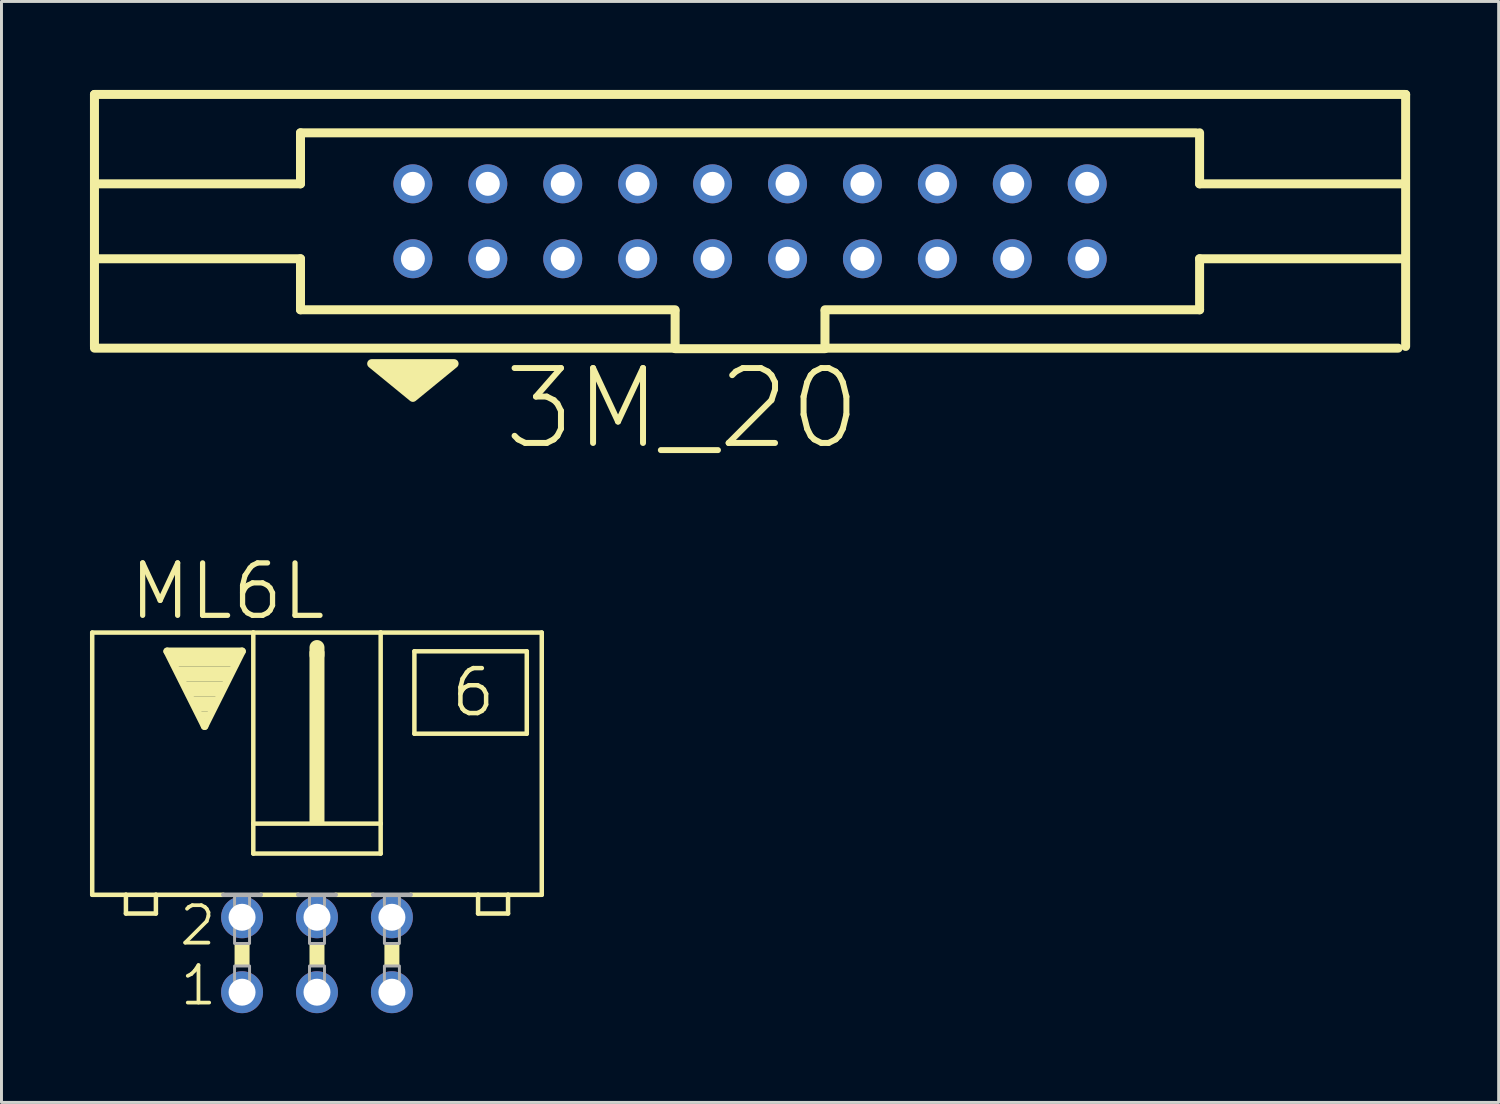
<source format=kicad_pcb>
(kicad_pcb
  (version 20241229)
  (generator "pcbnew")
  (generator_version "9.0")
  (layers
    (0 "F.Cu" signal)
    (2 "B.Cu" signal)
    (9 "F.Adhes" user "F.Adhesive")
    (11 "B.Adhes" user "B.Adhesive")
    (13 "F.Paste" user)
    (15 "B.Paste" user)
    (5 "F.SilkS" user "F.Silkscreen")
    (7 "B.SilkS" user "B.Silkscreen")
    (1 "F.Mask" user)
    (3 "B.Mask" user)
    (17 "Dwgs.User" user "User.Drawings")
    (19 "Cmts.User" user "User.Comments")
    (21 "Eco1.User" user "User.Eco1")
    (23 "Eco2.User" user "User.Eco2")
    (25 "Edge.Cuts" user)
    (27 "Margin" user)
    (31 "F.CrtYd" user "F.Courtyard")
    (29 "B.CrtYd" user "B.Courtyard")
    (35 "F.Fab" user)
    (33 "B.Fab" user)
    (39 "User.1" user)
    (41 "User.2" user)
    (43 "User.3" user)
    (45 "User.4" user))
  (footprint "3M_20"
    (layer "F.Cu")
    (at 22.377 4.452)
    (property "Reference" "3M_20" (at -2.298 6.35 0) (layer "F.SilkS") (effects (font (size 2.54 2.54) (thickness 0.203))))
    (attr through_hole)
    (fp_line (start -22.225 -4.3) (end -22.225 4.242) (stroke (width 0.305) (type solid)) (layer "F.SilkS"))
    (fp_line (start -22.225 4.3) (end -2.54 4.3) (stroke (width 0.305) (type solid)) (layer "F.SilkS"))
    (fp_line (start -15.24 -1.27) (end -22.098 -1.27) (stroke (width 0.305) (type solid)) (layer "F.SilkS"))
    (fp_line (start -15.24 -1.27) (end -15.24 -3) (stroke (width 0.305) (type solid)) (layer "F.SilkS"))
    (fp_line (start -15.24 1.27) (end -22.098 1.27) (stroke (width 0.305) (type solid)) (layer "F.SilkS"))
    (fp_line (start -15.24 3) (end -15.24 1.27) (stroke (width 0.305) (type solid)) (layer "F.SilkS"))
    (fp_line (start -2.54 3) (end -15.24 3) (stroke (width 0.305) (type solid)) (layer "F.SilkS"))
    (fp_line (start -2.54 4.3) (end -2.54 3.048) (stroke (width 0.305) (type solid)) (layer "F.SilkS"))
    (fp_line (start -2.54 4.318) (end 2.54 4.318) (stroke (width 0.305) (type solid)) (layer "F.SilkS"))
    (fp_line (start 2.54 3.048) (end 2.54 4.3) (stroke (width 0.305) (type solid)) (layer "F.SilkS"))
    (fp_line (start 2.54 4.3) (end 21.971 4.3) (stroke (width 0.305) (type solid)) (layer "F.SilkS"))
    (fp_line (start 15.113 -3) (end -15.24 -3) (stroke (width 0.305) (type solid)) (layer "F.SilkS"))
    (fp_line (start 15.24 -1.27) (end 15.24 -3) (stroke (width 0.305) (type solid)) (layer "F.SilkS"))
    (fp_line (start 15.24 -1.27) (end 22.098 -1.27) (stroke (width 0.305) (type solid)) (layer "F.SilkS"))
    (fp_line (start 15.24 1.27) (end 22.098 1.27) (stroke (width 0.305) (type solid)) (layer "F.SilkS"))
    (fp_line (start 15.24 3) (end 2.54 3) (stroke (width 0.305) (type solid)) (layer "F.SilkS"))
    (fp_line (start 15.24 3) (end 15.24 1.27) (stroke (width 0.305) (type solid)) (layer "F.SilkS"))
    (fp_line (start 22.225 -4.3) (end -22.225 -4.3) (stroke (width 0.305) (type solid)) (layer "F.SilkS"))
    (fp_line (start 22.225 4.242) (end 22.225 -4.3) (stroke (width 0.305) (type solid)) (layer "F.SilkS"))
    (fp_poly (pts (xy -12.827 4.826) (xy -10.033 4.826) (xy -11.43 5.969)) (stroke (width 0.305) (type solid)) (fill yes) (layer "F.SilkS"))
    (pad "1" thru_hole circle (at -11.43 1.27) (size 1.321 1.321) (drill 0.813) (layers "*.Cu" "*.Mask"))
    (pad "2" thru_hole circle (at -11.43 -1.27) (size 1.321 1.321) (drill 0.813) (layers "*.Cu" "*.Mask"))
    (pad "3" thru_hole circle (at -8.89 1.27) (size 1.321 1.321) (drill 0.813) (layers "*.Cu" "*.Mask"))
    (pad "4" thru_hole circle (at -8.89 -1.27) (size 1.321 1.321) (drill 0.813) (layers "*.Cu" "*.Mask"))
    (pad "5" thru_hole circle (at -6.35 1.27) (size 1.321 1.321) (drill 0.813) (layers "*.Cu" "*.Mask"))
    (pad "6" thru_hole circle (at -6.35 -1.27) (size 1.321 1.321) (drill 0.813) (layers "*.Cu" "*.Mask"))
    (pad "7" thru_hole circle (at -3.81 1.27) (size 1.321 1.321) (drill 0.813) (layers "*.Cu" "*.Mask"))
    (pad "8" thru_hole circle (at -3.81 -1.27) (size 1.321 1.321) (drill 0.813) (layers "*.Cu" "*.Mask"))
    (pad "9" thru_hole circle (at -1.27 1.27) (size 1.321 1.321) (drill 0.813) (layers "*.Cu" "*.Mask"))
    (pad "10" thru_hole circle (at -1.27 -1.27) (size 1.321 1.321) (drill 0.813) (layers "*.Cu" "*.Mask"))
    (pad "11" thru_hole circle (at 1.27 1.27) (size 1.321 1.321) (drill 0.813) (layers "*.Cu" "*.Mask"))
    (pad "12" thru_hole circle (at 1.27 -1.27) (size 1.321 1.321) (drill 0.813) (layers "*.Cu" "*.Mask"))
    (pad "13" thru_hole circle (at 3.81 1.27) (size 1.321 1.321) (drill 0.813) (layers "*.Cu" "*.Mask"))
    (pad "14" thru_hole circle (at 3.81 -1.27) (size 1.321 1.321) (drill 0.813) (layers "*.Cu" "*.Mask"))
    (pad "15" thru_hole circle (at 6.35 1.27) (size 1.321 1.321) (drill 0.813) (layers "*.Cu" "*.Mask"))
    (pad "16" thru_hole circle (at 6.35 -1.27) (size 1.321 1.321) (drill 0.813) (layers "*.Cu" "*.Mask"))
    (pad "17" thru_hole circle (at 8.89 1.27) (size 1.321 1.321) (drill 0.813) (layers "*.Cu" "*.Mask"))
    (pad "18" thru_hole circle (at 8.89 -1.27) (size 1.321 1.321) (drill 0.813) (layers "*.Cu" "*.Mask"))
    (pad "19" thru_hole circle (at 11.43 1.27) (size 1.321 1.321) (drill 0.813) (layers "*.Cu" "*.Mask"))
    (pad "20" thru_hole circle (at 11.43 -1.27) (size 1.321 1.321) (drill 0.813) (layers "*.Cu" "*.Mask")))
  (footprint "ML6L"
    (layer "F.Cu")
    (at 7.696 29.316)
    (property "Reference" "ML6L" (at -3.031 -12.319 0) (layer "F.SilkS") (effects (font (size 1.778 1.778) (thickness 0.178))))
    (attr through_hole)
    (fp_line (start -7.62 -10.922) (end -7.62 -2.032) (stroke (width 0.152) (type solid)) (layer "F.SilkS"))
    (fp_line (start -7.62 -2.032) (end -6.477 -2.032) (stroke (width 0.152) (type solid)) (layer "F.SilkS"))
    (fp_line (start -6.477 -2.032) (end -6.477 -1.397) (stroke (width 0.152) (type solid)) (layer "F.SilkS"))
    (fp_line (start -6.477 -2.032) (end -5.461 -2.032) (stroke (width 0.152) (type solid)) (layer "F.SilkS"))
    (fp_line (start -5.461 -2.032) (end -5.461 -1.397) (stroke (width 0.152) (type solid)) (layer "F.SilkS"))
    (fp_line (start -5.461 -2.032) (end -3.175 -2.032) (stroke (width 0.152) (type solid)) (layer "F.SilkS"))
    (fp_line (start -5.461 -1.397) (end -6.477 -1.397) (stroke (width 0.152) (type solid)) (layer "F.SilkS"))
    (fp_line (start -5.08 -10.287) (end -2.54 -10.287) (stroke (width 0.254) (type solid)) (layer "F.SilkS"))
    (fp_line (start -3.81 -7.747) (end -5.08 -10.287) (stroke (width 0.254) (type solid)) (layer "F.SilkS"))
    (fp_line (start -2.54 -10.287) (end -3.81 -7.747) (stroke (width 0.254) (type solid)) (layer "F.SilkS"))
    (fp_line (start -2.159 -10.922) (end -7.62 -10.922) (stroke (width 0.152) (type solid)) (layer "F.SilkS"))
    (fp_line (start -2.159 -10.922) (end -2.159 -4.445) (stroke (width 0.152) (type solid)) (layer "F.SilkS"))
    (fp_line (start -2.159 -10.922) (end 2.159 -10.922) (stroke (width 0.152) (type solid)) (layer "F.SilkS"))
    (fp_line (start -2.159 -4.445) (end -2.159 -3.429) (stroke (width 0.152) (type solid)) (layer "F.SilkS"))
    (fp_line (start -1.905 -2.032) (end -0.635 -2.032) (stroke (width 0.152) (type solid)) (layer "F.SilkS"))
    (fp_line (start 0 -10.16) (end 0 -10.414) (stroke (width 0.508) (type solid)) (layer "F.SilkS"))
    (fp_line (start 0.635 -2.032) (end 1.905 -2.032) (stroke (width 0.152) (type solid)) (layer "F.SilkS"))
    (fp_line (start 2.159 -10.922) (end 2.159 -4.445) (stroke (width 0.152) (type solid)) (layer "F.SilkS"))
    (fp_line (start 2.159 -10.922) (end 7.62 -10.922) (stroke (width 0.152) (type solid)) (layer "F.SilkS"))
    (fp_line (start 2.159 -4.445) (end -2.159 -4.445) (stroke (width 0.152) (type solid)) (layer "F.SilkS"))
    (fp_line (start 2.159 -4.445) (end 2.159 -3.429) (stroke (width 0.152) (type solid)) (layer "F.SilkS"))
    (fp_line (start 2.159 -3.429) (end -2.159 -3.429) (stroke (width 0.152) (type solid)) (layer "F.SilkS"))
    (fp_line (start 3.302 -10.287) (end 3.302 -7.493) (stroke (width 0.152) (type solid)) (layer "F.SilkS"))
    (fp_line (start 3.302 -7.493) (end 7.112 -7.493) (stroke (width 0.152) (type solid)) (layer "F.SilkS"))
    (fp_line (start 5.461 -2.032) (end 3.175 -2.032) (stroke (width 0.152) (type solid)) (layer "F.SilkS"))
    (fp_line (start 5.461 -2.032) (end 5.461 -1.397) (stroke (width 0.152) (type solid)) (layer "F.SilkS"))
    (fp_line (start 5.461 -1.397) (end 6.477 -1.397) (stroke (width 0.152) (type solid)) (layer "F.SilkS"))
    (fp_line (start 6.477 -2.032) (end 5.461 -2.032) (stroke (width 0.152) (type solid)) (layer "F.SilkS"))
    (fp_line (start 6.477 -2.032) (end 6.477 -1.397) (stroke (width 0.152) (type solid)) (layer "F.SilkS"))
    (fp_line (start 7.112 -10.287) (end 3.302 -10.287) (stroke (width 0.152) (type solid)) (layer "F.SilkS"))
    (fp_line (start 7.112 -10.287) (end 7.112 -7.493) (stroke (width 0.152) (type solid)) (layer "F.SilkS"))
    (fp_line (start 7.62 -10.922) (end 7.62 -2.032) (stroke (width 0.152) (type solid)) (layer "F.SilkS"))
    (fp_line (start 7.62 -2.032) (end 6.477 -2.032) (stroke (width 0.152) (type solid)) (layer "F.SilkS"))
    (fp_poly (pts (xy -4.953 -10.287) (xy -2.667 -10.287) (xy -2.667 -9.779) (xy -4.953 -9.779)) (stroke (width 0) (type solid)) (fill yes) (layer "F.SilkS"))
    (fp_poly (pts (xy -4.699 -9.779) (xy -2.921 -9.779) (xy -2.921 -9.271) (xy -4.699 -9.271)) (stroke (width 0) (type solid)) (fill yes) (layer "F.SilkS"))
    (fp_poly (pts (xy -4.445 -9.271) (xy -3.175 -9.271) (xy -3.175 -8.763) (xy -4.445 -8.763)) (stroke (width 0) (type solid)) (fill yes) (layer "F.SilkS"))
    (fp_poly (pts (xy -4.191 -8.763) (xy -3.429 -8.763) (xy -3.429 -8.255) (xy -4.191 -8.255)) (stroke (width 0) (type solid)) (fill yes) (layer "F.SilkS"))
    (fp_poly (pts (xy -3.937 -8.255) (xy -3.683 -8.255) (xy -3.683 -8.001) (xy -3.937 -8.001)) (stroke (width 0) (type solid)) (fill yes) (layer "F.SilkS"))
    (fp_poly (pts (xy -2.794 -0.381) (xy -2.286 -0.381) (xy -2.286 0.381) (xy -2.794 0.381)) (stroke (width 0) (type solid)) (fill yes) (layer "F.SilkS"))
    (fp_poly (pts (xy -0.254 -10.287) (xy 0.254 -10.287) (xy 0.254 -4.445) (xy -0.254 -4.445)) (stroke (width 0) (type solid)) (fill yes) (layer "F.SilkS"))
    (fp_poly (pts (xy -0.254 -0.381) (xy 0.254 -0.381) (xy 0.254 0.381) (xy -0.254 0.381)) (stroke (width 0) (type solid)) (fill yes) (layer "F.SilkS"))
    (fp_poly (pts (xy 2.286 -0.381) (xy 2.794 -0.381) (xy 2.794 0.381) (xy 2.286 0.381)) (stroke (width 0) (type solid)) (fill yes) (layer "F.SilkS"))
    (fp_line (start -3.175 -2.032) (end -1.905 -2.032) (stroke (width 0.152) (type solid)) (layer "F.Fab"))
    (fp_line (start -0.635 -2.032) (end 0.635 -2.032) (stroke (width 0.152) (type solid)) (layer "F.Fab"))
    (fp_line (start 1.905 -2.032) (end 3.175 -2.032) (stroke (width 0.152) (type solid)) (layer "F.Fab"))
    (fp_poly (pts (xy -2.794 -2.032) (xy -2.286 -2.032) (xy -2.286 -0.381) (xy -2.794 -0.381)) (stroke (width 0.1) (type solid)) (fill no) (layer "F.Fab"))
    (fp_poly (pts (xy -2.794 0.381) (xy -2.286 0.381) (xy -2.286 1.524) (xy -2.794 1.524)) (stroke (width 0.1) (type solid)) (fill no) (layer "F.Fab"))
    (fp_poly (pts (xy -0.254 -2.032) (xy 0.254 -2.032) (xy 0.254 -0.381) (xy -0.254 -0.381)) (stroke (width 0.1) (type solid)) (fill no) (layer "F.Fab"))
    (fp_poly (pts (xy -0.254 0.381) (xy 0.254 0.381) (xy 0.254 1.524) (xy -0.254 1.524)) (stroke (width 0.1) (type solid)) (fill no) (layer "F.Fab"))
    (fp_poly (pts (xy 2.286 -2.032) (xy 2.794 -2.032) (xy 2.794 -0.381) (xy 2.286 -0.381)) (stroke (width 0.1) (type solid)) (fill no) (layer "F.Fab"))
    (fp_poly (pts (xy 2.286 0.381) (xy 2.794 0.381) (xy 2.794 1.524) (xy 2.286 1.524)) (stroke (width 0.1) (type solid)) (fill no) (layer "F.Fab"))
    (fp_text user "6" (at 5.298 -8.89 0) (layer "F.SilkS") (effects (font (size 1.524 1.524) (thickness 0.152))))
    (fp_text user "1" (at -4.018 1.041 0) (layer "F.SilkS") (effects (font (size 1.27 1.27) (thickness 0.127))))
    (fp_text user "2" (at -4.043 -0.991 0) (layer "F.SilkS") (effects (font (size 1.27 1.27) (thickness 0.127))))
    (pad "1" thru_hole circle (at -2.54 1.27) (size 1.422 1.422) (drill 0.914) (layers "*.Cu" "*.Mask"))
    (pad "2" thru_hole circle (at -2.54 -1.27) (size 1.422 1.422) (drill 0.914) (layers "*.Cu" "*.Mask"))
    (pad "3" thru_hole circle (at 0 1.27) (size 1.422 1.422) (drill 0.914) (layers "*.Cu" "*.Mask"))
    (pad "4" thru_hole circle (at 0 -1.27) (size 1.422 1.422) (drill 0.914) (layers "*.Cu" "*.Mask"))
    (pad "5" thru_hole circle (at 2.54 1.27) (size 1.422 1.422) (drill 0.914) (layers "*.Cu" "*.Mask"))
    (pad "6" thru_hole circle (at 2.54 -1.27) (size 1.422 1.422) (drill 0.914) (layers "*.Cu" "*.Mask")))
  (gr_rect
    (start -3 -3)
    (end 47.755 34.323)
    (stroke (width 0.1) (type default))
    (fill no)
    (layer "Edge.Cuts")))
</source>
